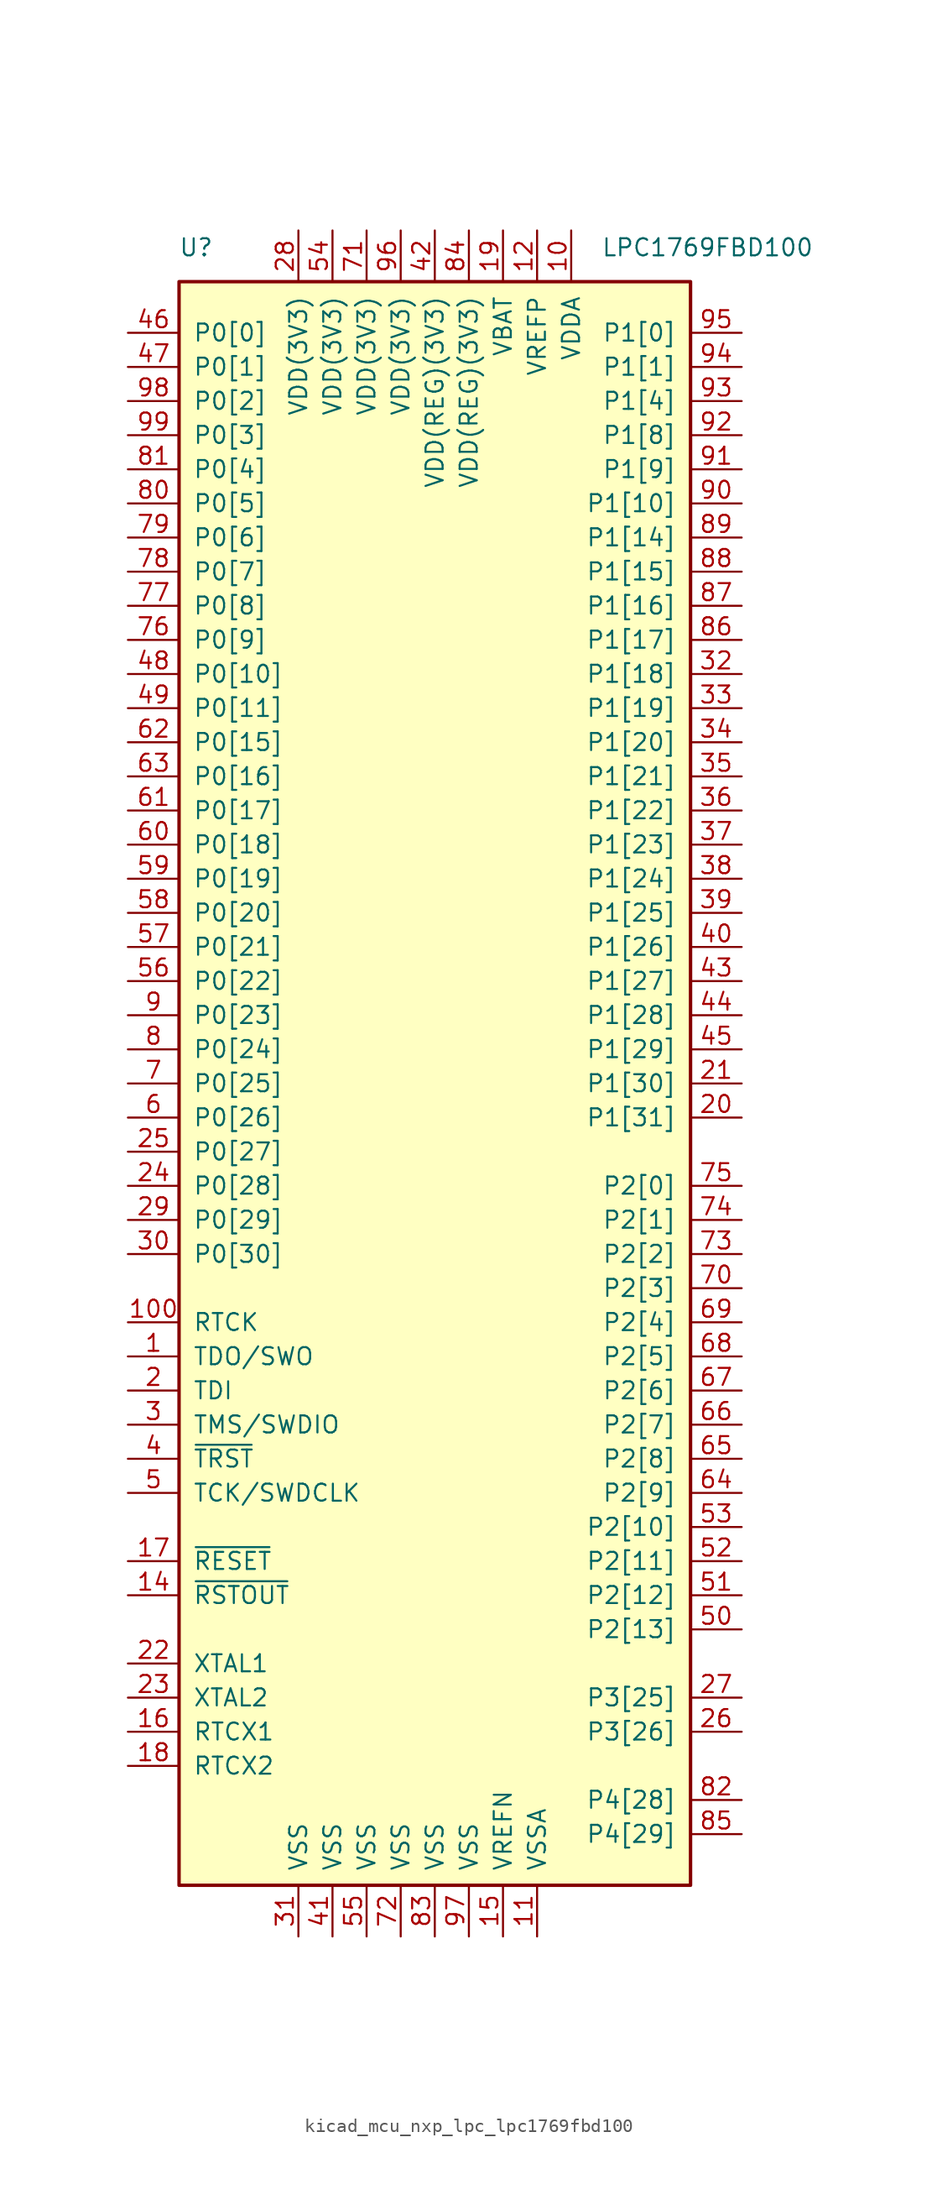
<source format=kicad_sym>
(kicad_symbol_lib
  (version 20220914)
  (generator kicad_symbol_editor)
  (symbol "kicad_mcu_nxp_lpc_lpc1769fbd100"
    (pin_names
      (offset 1.016))
    (property "Reference" "U"
      (at -17.78 62.23 0)
      (effects (font (size 1.27 1.27))))
    (property "Value" "LPC1769FBD100"
      (at 20.32 62.23 0)
      (effects (font (size 1.27 1.27))))
    (symbol "kicad_mcu_nxp_lpc_lpc1769fbd100_0_1"
      (rectangle (start -19.05 59.69) (end 19.05 -59.69) (stroke (width 0.254) (type default)) (fill (type background))))
    (symbol "kicad_mcu_nxp_lpc_lpc1769fbd100_1_1"
      (pin output line (at -22.86 -20.32 0) (length 3.81) (name "TDO/SWO" (effects (font (size 1.27 1.27)))) (number "1" (effects (font (size 1.27 1.27)))))
      (pin power_in line (at 10.16 63.5 270) (length 3.81) (name "VDDA" (effects (font (size 1.27 1.27)))) (number "10" (effects (font (size 1.27 1.27)))))
      (pin output line (at -22.86 -17.78 0) (length 3.81) (name "RTCK" (effects (font (size 1.27 1.27)))) (number "100" (effects (font (size 1.27 1.27)))))
      (pin power_in line (at 7.62 -63.5 90) (length 3.81) (name "VSSA" (effects (font (size 1.27 1.27)))) (number "11" (effects (font (size 1.27 1.27)))))
      (pin power_in line (at 7.62 63.5 270) (length 3.81) (name "VREFP" (effects (font (size 1.27 1.27)))) (number "12" (effects (font (size 1.27 1.27)))))
      (pin no_connect line (at -19.05 -55.88 0) (length 3.81) hide (name "NC" (effects (font (size 1.27 1.27)))) (number "13" (effects (font (size 1.27 1.27)))))
      (pin output line (at -22.86 -38.1 0) (length 3.81) (name "~{RSTOUT}" (effects (font (size 1.27 1.27)))) (number "14" (effects (font (size 1.27 1.27)))))
      (pin power_in line (at 5.08 -63.5 90) (length 3.81) (name "VREFN" (effects (font (size 1.27 1.27)))) (number "15" (effects (font (size 1.27 1.27)))))
      (pin input line (at -22.86 -48.26 0) (length 3.81) (name "RTCX1" (effects (font (size 1.27 1.27)))) (number "16" (effects (font (size 1.27 1.27)))))
      (pin input line (at -22.86 -35.56 0) (length 3.81) (name "~{RESET}" (effects (font (size 1.27 1.27)))) (number "17" (effects (font (size 1.27 1.27)))))
      (pin output line (at -22.86 -50.8 0) (length 3.81) (name "RTCX2" (effects (font (size 1.27 1.27)))) (number "18" (effects (font (size 1.27 1.27)))))
      (pin power_in line (at 5.08 63.5 270) (length 3.81) (name "VBAT" (effects (font (size 1.27 1.27)))) (number "19" (effects (font (size 1.27 1.27)))))
      (pin input line (at -22.86 -22.86 0) (length 3.81) (name "TDI" (effects (font (size 1.27 1.27)))) (number "2" (effects (font (size 1.27 1.27)))))
      (pin bidirectional line (at 22.86 -2.54 180) (length 3.81) (name "P1[31]" (effects (font (size 1.27 1.27)))) (number "20" (effects (font (size 1.27 1.27)))))
      (pin bidirectional line (at 22.86 0 180) (length 3.81) (name "P1[30]" (effects (font (size 1.27 1.27)))) (number "21" (effects (font (size 1.27 1.27)))))
      (pin input line (at -22.86 -43.18 0) (length 3.81) (name "XTAL1" (effects (font (size 1.27 1.27)))) (number "22" (effects (font (size 1.27 1.27)))))
      (pin output line (at -22.86 -45.72 0) (length 3.81) (name "XTAL2" (effects (font (size 1.27 1.27)))) (number "23" (effects (font (size 1.27 1.27)))))
      (pin bidirectional line (at -22.86 -7.62 0) (length 3.81) (name "P0[28]" (effects (font (size 1.27 1.27)))) (number "24" (effects (font (size 1.27 1.27)))))
      (pin bidirectional line (at -22.86 -5.08 0) (length 3.81) (name "P0[27]" (effects (font (size 1.27 1.27)))) (number "25" (effects (font (size 1.27 1.27)))))
      (pin bidirectional line (at 22.86 -48.26 180) (length 3.81) (name "P3[26]" (effects (font (size 1.27 1.27)))) (number "26" (effects (font (size 1.27 1.27)))))
      (pin bidirectional line (at 22.86 -45.72 180) (length 3.81) (name "P3[25]" (effects (font (size 1.27 1.27)))) (number "27" (effects (font (size 1.27 1.27)))))
      (pin power_in line (at -10.16 63.5 270) (length 3.81) (name "VDD(3V3)" (effects (font (size 1.27 1.27)))) (number "28" (effects (font (size 1.27 1.27)))))
      (pin bidirectional line (at -22.86 -10.16 0) (length 3.81) (name "P0[29]" (effects (font (size 1.27 1.27)))) (number "29" (effects (font (size 1.27 1.27)))))
      (pin bidirectional line (at -22.86 -25.4 0) (length 3.81) (name "TMS/SWDIO" (effects (font (size 1.27 1.27)))) (number "3" (effects (font (size 1.27 1.27)))))
      (pin bidirectional line (at -22.86 -12.7 0) (length 3.81) (name "P0[30]" (effects (font (size 1.27 1.27)))) (number "30" (effects (font (size 1.27 1.27)))))
      (pin power_in line (at -10.16 -63.5 90) (length 3.81) (name "VSS" (effects (font (size 1.27 1.27)))) (number "31" (effects (font (size 1.27 1.27)))))
      (pin bidirectional line (at 22.86 30.48 180) (length 3.81) (name "P1[18]" (effects (font (size 1.27 1.27)))) (number "32" (effects (font (size 1.27 1.27)))))
      (pin bidirectional line (at 22.86 27.94 180) (length 3.81) (name "P1[19]" (effects (font (size 1.27 1.27)))) (number "33" (effects (font (size 1.27 1.27)))))
      (pin bidirectional line (at 22.86 25.4 180) (length 3.81) (name "P1[20]" (effects (font (size 1.27 1.27)))) (number "34" (effects (font (size 1.27 1.27)))))
      (pin bidirectional line (at 22.86 22.86 180) (length 3.81) (name "P1[21]" (effects (font (size 1.27 1.27)))) (number "35" (effects (font (size 1.27 1.27)))))
      (pin bidirectional line (at 22.86 20.32 180) (length 3.81) (name "P1[22]" (effects (font (size 1.27 1.27)))) (number "36" (effects (font (size 1.27 1.27)))))
      (pin bidirectional line (at 22.86 17.78 180) (length 3.81) (name "P1[23]" (effects (font (size 1.27 1.27)))) (number "37" (effects (font (size 1.27 1.27)))))
      (pin bidirectional line (at 22.86 15.24 180) (length 3.81) (name "P1[24]" (effects (font (size 1.27 1.27)))) (number "38" (effects (font (size 1.27 1.27)))))
      (pin bidirectional line (at 22.86 12.7 180) (length 3.81) (name "P1[25]" (effects (font (size 1.27 1.27)))) (number "39" (effects (font (size 1.27 1.27)))))
      (pin input line (at -22.86 -27.94 0) (length 3.81) (name "~{TRST}" (effects (font (size 1.27 1.27)))) (number "4" (effects (font (size 1.27 1.27)))))
      (pin bidirectional line (at 22.86 10.16 180) (length 3.81) (name "P1[26]" (effects (font (size 1.27 1.27)))) (number "40" (effects (font (size 1.27 1.27)))))
      (pin power_in line (at -7.62 -63.5 90) (length 3.81) (name "VSS" (effects (font (size 1.27 1.27)))) (number "41" (effects (font (size 1.27 1.27)))))
      (pin power_in line (at 0 63.5 270) (length 3.81) (name "VDD(REG)(3V3)" (effects (font (size 1.27 1.27)))) (number "42" (effects (font (size 1.27 1.27)))))
      (pin bidirectional line (at 22.86 7.62 180) (length 3.81) (name "P1[27]" (effects (font (size 1.27 1.27)))) (number "43" (effects (font (size 1.27 1.27)))))
      (pin bidirectional line (at 22.86 5.08 180) (length 3.81) (name "P1[28]" (effects (font (size 1.27 1.27)))) (number "44" (effects (font (size 1.27 1.27)))))
      (pin bidirectional line (at 22.86 2.54 180) (length 3.81) (name "P1[29]" (effects (font (size 1.27 1.27)))) (number "45" (effects (font (size 1.27 1.27)))))
      (pin bidirectional line (at -22.86 55.88 0) (length 3.81) (name "P0[0]" (effects (font (size 1.27 1.27)))) (number "46" (effects (font (size 1.27 1.27)))))
      (pin bidirectional line (at -22.86 53.34 0) (length 3.81) (name "P0[1]" (effects (font (size 1.27 1.27)))) (number "47" (effects (font (size 1.27 1.27)))))
      (pin bidirectional line (at -22.86 30.48 0) (length 3.81) (name "P0[10]" (effects (font (size 1.27 1.27)))) (number "48" (effects (font (size 1.27 1.27)))))
      (pin bidirectional line (at -22.86 27.94 0) (length 3.81) (name "P0[11]" (effects (font (size 1.27 1.27)))) (number "49" (effects (font (size 1.27 1.27)))))
      (pin input line (at -22.86 -30.48 0) (length 3.81) (name "TCK/SWDCLK" (effects (font (size 1.27 1.27)))) (number "5" (effects (font (size 1.27 1.27)))))
      (pin bidirectional line (at 22.86 -40.64 180) (length 3.81) (name "P2[13]" (effects (font (size 1.27 1.27)))) (number "50" (effects (font (size 1.27 1.27)))))
      (pin bidirectional line (at 22.86 -38.1 180) (length 3.81) (name "P2[12]" (effects (font (size 1.27 1.27)))) (number "51" (effects (font (size 1.27 1.27)))))
      (pin bidirectional line (at 22.86 -35.56 180) (length 3.81) (name "P2[11]" (effects (font (size 1.27 1.27)))) (number "52" (effects (font (size 1.27 1.27)))))
      (pin bidirectional line (at 22.86 -33.02 180) (length 3.81) (name "P2[10]" (effects (font (size 1.27 1.27)))) (number "53" (effects (font (size 1.27 1.27)))))
      (pin power_in line (at -7.62 63.5 270) (length 3.81) (name "VDD(3V3)" (effects (font (size 1.27 1.27)))) (number "54" (effects (font (size 1.27 1.27)))))
      (pin power_in line (at -5.08 -63.5 90) (length 3.81) (name "VSS" (effects (font (size 1.27 1.27)))) (number "55" (effects (font (size 1.27 1.27)))))
      (pin bidirectional line (at -22.86 7.62 0) (length 3.81) (name "P0[22]" (effects (font (size 1.27 1.27)))) (number "56" (effects (font (size 1.27 1.27)))))
      (pin bidirectional line (at -22.86 10.16 0) (length 3.81) (name "P0[21]" (effects (font (size 1.27 1.27)))) (number "57" (effects (font (size 1.27 1.27)))))
      (pin bidirectional line (at -22.86 12.7 0) (length 3.81) (name "P0[20]" (effects (font (size 1.27 1.27)))) (number "58" (effects (font (size 1.27 1.27)))))
      (pin bidirectional line (at -22.86 15.24 0) (length 3.81) (name "P0[19]" (effects (font (size 1.27 1.27)))) (number "59" (effects (font (size 1.27 1.27)))))
      (pin bidirectional line (at -22.86 -2.54 0) (length 3.81) (name "P0[26]" (effects (font (size 1.27 1.27)))) (number "6" (effects (font (size 1.27 1.27)))))
      (pin bidirectional line (at -22.86 17.78 0) (length 3.81) (name "P0[18]" (effects (font (size 1.27 1.27)))) (number "60" (effects (font (size 1.27 1.27)))))
      (pin bidirectional line (at -22.86 20.32 0) (length 3.81) (name "P0[17]" (effects (font (size 1.27 1.27)))) (number "61" (effects (font (size 1.27 1.27)))))
      (pin bidirectional line (at -22.86 25.4 0) (length 3.81) (name "P0[15]" (effects (font (size 1.27 1.27)))) (number "62" (effects (font (size 1.27 1.27)))))
      (pin bidirectional line (at -22.86 22.86 0) (length 3.81) (name "P0[16]" (effects (font (size 1.27 1.27)))) (number "63" (effects (font (size 1.27 1.27)))))
      (pin bidirectional line (at 22.86 -30.48 180) (length 3.81) (name "P2[9]" (effects (font (size 1.27 1.27)))) (number "64" (effects (font (size 1.27 1.27)))))
      (pin bidirectional line (at 22.86 -27.94 180) (length 3.81) (name "P2[8]" (effects (font (size 1.27 1.27)))) (number "65" (effects (font (size 1.27 1.27)))))
      (pin bidirectional line (at 22.86 -25.4 180) (length 3.81) (name "P2[7]" (effects (font (size 1.27 1.27)))) (number "66" (effects (font (size 1.27 1.27)))))
      (pin bidirectional line (at 22.86 -22.86 180) (length 3.81) (name "P2[6]" (effects (font (size 1.27 1.27)))) (number "67" (effects (font (size 1.27 1.27)))))
      (pin bidirectional line (at 22.86 -20.32 180) (length 3.81) (name "P2[5]" (effects (font (size 1.27 1.27)))) (number "68" (effects (font (size 1.27 1.27)))))
      (pin bidirectional line (at 22.86 -17.78 180) (length 3.81) (name "P2[4]" (effects (font (size 1.27 1.27)))) (number "69" (effects (font (size 1.27 1.27)))))
      (pin bidirectional line (at -22.86 0 0) (length 3.81) (name "P0[25]" (effects (font (size 1.27 1.27)))) (number "7" (effects (font (size 1.27 1.27)))))
      (pin bidirectional line (at 22.86 -15.24 180) (length 3.81) (name "P2[3]" (effects (font (size 1.27 1.27)))) (number "70" (effects (font (size 1.27 1.27)))))
      (pin power_in line (at -5.08 63.5 270) (length 3.81) (name "VDD(3V3)" (effects (font (size 1.27 1.27)))) (number "71" (effects (font (size 1.27 1.27)))))
      (pin power_in line (at -2.54 -63.5 90) (length 3.81) (name "VSS" (effects (font (size 1.27 1.27)))) (number "72" (effects (font (size 1.27 1.27)))))
      (pin bidirectional line (at 22.86 -12.7 180) (length 3.81) (name "P2[2]" (effects (font (size 1.27 1.27)))) (number "73" (effects (font (size 1.27 1.27)))))
      (pin bidirectional line (at 22.86 -10.16 180) (length 3.81) (name "P2[1]" (effects (font (size 1.27 1.27)))) (number "74" (effects (font (size 1.27 1.27)))))
      (pin bidirectional line (at 22.86 -7.62 180) (length 3.81) (name "P2[0]" (effects (font (size 1.27 1.27)))) (number "75" (effects (font (size 1.27 1.27)))))
      (pin bidirectional line (at -22.86 33.02 0) (length 3.81) (name "P0[9]" (effects (font (size 1.27 1.27)))) (number "76" (effects (font (size 1.27 1.27)))))
      (pin bidirectional line (at -22.86 35.56 0) (length 3.81) (name "P0[8]" (effects (font (size 1.27 1.27)))) (number "77" (effects (font (size 1.27 1.27)))))
      (pin bidirectional line (at -22.86 38.1 0) (length 3.81) (name "P0[7]" (effects (font (size 1.27 1.27)))) (number "78" (effects (font (size 1.27 1.27)))))
      (pin bidirectional line (at -22.86 40.64 0) (length 3.81) (name "P0[6]" (effects (font (size 1.27 1.27)))) (number "79" (effects (font (size 1.27 1.27)))))
      (pin bidirectional line (at -22.86 2.54 0) (length 3.81) (name "P0[24]" (effects (font (size 1.27 1.27)))) (number "8" (effects (font (size 1.27 1.27)))))
      (pin bidirectional line (at -22.86 43.18 0) (length 3.81) (name "P0[5]" (effects (font (size 1.27 1.27)))) (number "80" (effects (font (size 1.27 1.27)))))
      (pin bidirectional line (at -22.86 45.72 0) (length 3.81) (name "P0[4]" (effects (font (size 1.27 1.27)))) (number "81" (effects (font (size 1.27 1.27)))))
      (pin bidirectional line (at 22.86 -53.34 180) (length 3.81) (name "P4[28]" (effects (font (size 1.27 1.27)))) (number "82" (effects (font (size 1.27 1.27)))))
      (pin power_in line (at 0 -63.5 90) (length 3.81) (name "VSS" (effects (font (size 1.27 1.27)))) (number "83" (effects (font (size 1.27 1.27)))))
      (pin power_in line (at 2.54 63.5 270) (length 3.81) (name "VDD(REG)(3V3)" (effects (font (size 1.27 1.27)))) (number "84" (effects (font (size 1.27 1.27)))))
      (pin bidirectional line (at 22.86 -55.88 180) (length 3.81) (name "P4[29]" (effects (font (size 1.27 1.27)))) (number "85" (effects (font (size 1.27 1.27)))))
      (pin bidirectional line (at 22.86 33.02 180) (length 3.81) (name "P1[17]" (effects (font (size 1.27 1.27)))) (number "86" (effects (font (size 1.27 1.27)))))
      (pin bidirectional line (at 22.86 35.56 180) (length 3.81) (name "P1[16]" (effects (font (size 1.27 1.27)))) (number "87" (effects (font (size 1.27 1.27)))))
      (pin bidirectional line (at 22.86 38.1 180) (length 3.81) (name "P1[15]" (effects (font (size 1.27 1.27)))) (number "88" (effects (font (size 1.27 1.27)))))
      (pin bidirectional line (at 22.86 40.64 180) (length 3.81) (name "P1[14]" (effects (font (size 1.27 1.27)))) (number "89" (effects (font (size 1.27 1.27)))))
      (pin bidirectional line (at -22.86 5.08 0) (length 3.81) (name "P0[23]" (effects (font (size 1.27 1.27)))) (number "9" (effects (font (size 1.27 1.27)))))
      (pin bidirectional line (at 22.86 43.18 180) (length 3.81) (name "P1[10]" (effects (font (size 1.27 1.27)))) (number "90" (effects (font (size 1.27 1.27)))))
      (pin bidirectional line (at 22.86 45.72 180) (length 3.81) (name "P1[9]" (effects (font (size 1.27 1.27)))) (number "91" (effects (font (size 1.27 1.27)))))
      (pin bidirectional line (at 22.86 48.26 180) (length 3.81) (name "P1[8]" (effects (font (size 1.27 1.27)))) (number "92" (effects (font (size 1.27 1.27)))))
      (pin bidirectional line (at 22.86 50.8 180) (length 3.81) (name "P1[4]" (effects (font (size 1.27 1.27)))) (number "93" (effects (font (size 1.27 1.27)))))
      (pin bidirectional line (at 22.86 53.34 180) (length 3.81) (name "P1[1]" (effects (font (size 1.27 1.27)))) (number "94" (effects (font (size 1.27 1.27)))))
      (pin bidirectional line (at 22.86 55.88 180) (length 3.81) (name "P1[0]" (effects (font (size 1.27 1.27)))) (number "95" (effects (font (size 1.27 1.27)))))
      (pin power_in line (at -2.54 63.5 270) (length 3.81) (name "VDD(3V3)" (effects (font (size 1.27 1.27)))) (number "96" (effects (font (size 1.27 1.27)))))
      (pin power_in line (at 2.54 -63.5 90) (length 3.81) (name "VSS" (effects (font (size 1.27 1.27)))) (number "97" (effects (font (size 1.27 1.27)))))
      (pin bidirectional line (at -22.86 50.8 0) (length 3.81) (name "P0[2]" (effects (font (size 1.27 1.27)))) (number "98" (effects (font (size 1.27 1.27)))))
      (pin bidirectional line (at -22.86 48.26 0) (length 3.81) (name "P0[3]" (effects (font (size 1.27 1.27)))) (number "99" (effects (font (size 1.27 1.27))))))))
</source>
